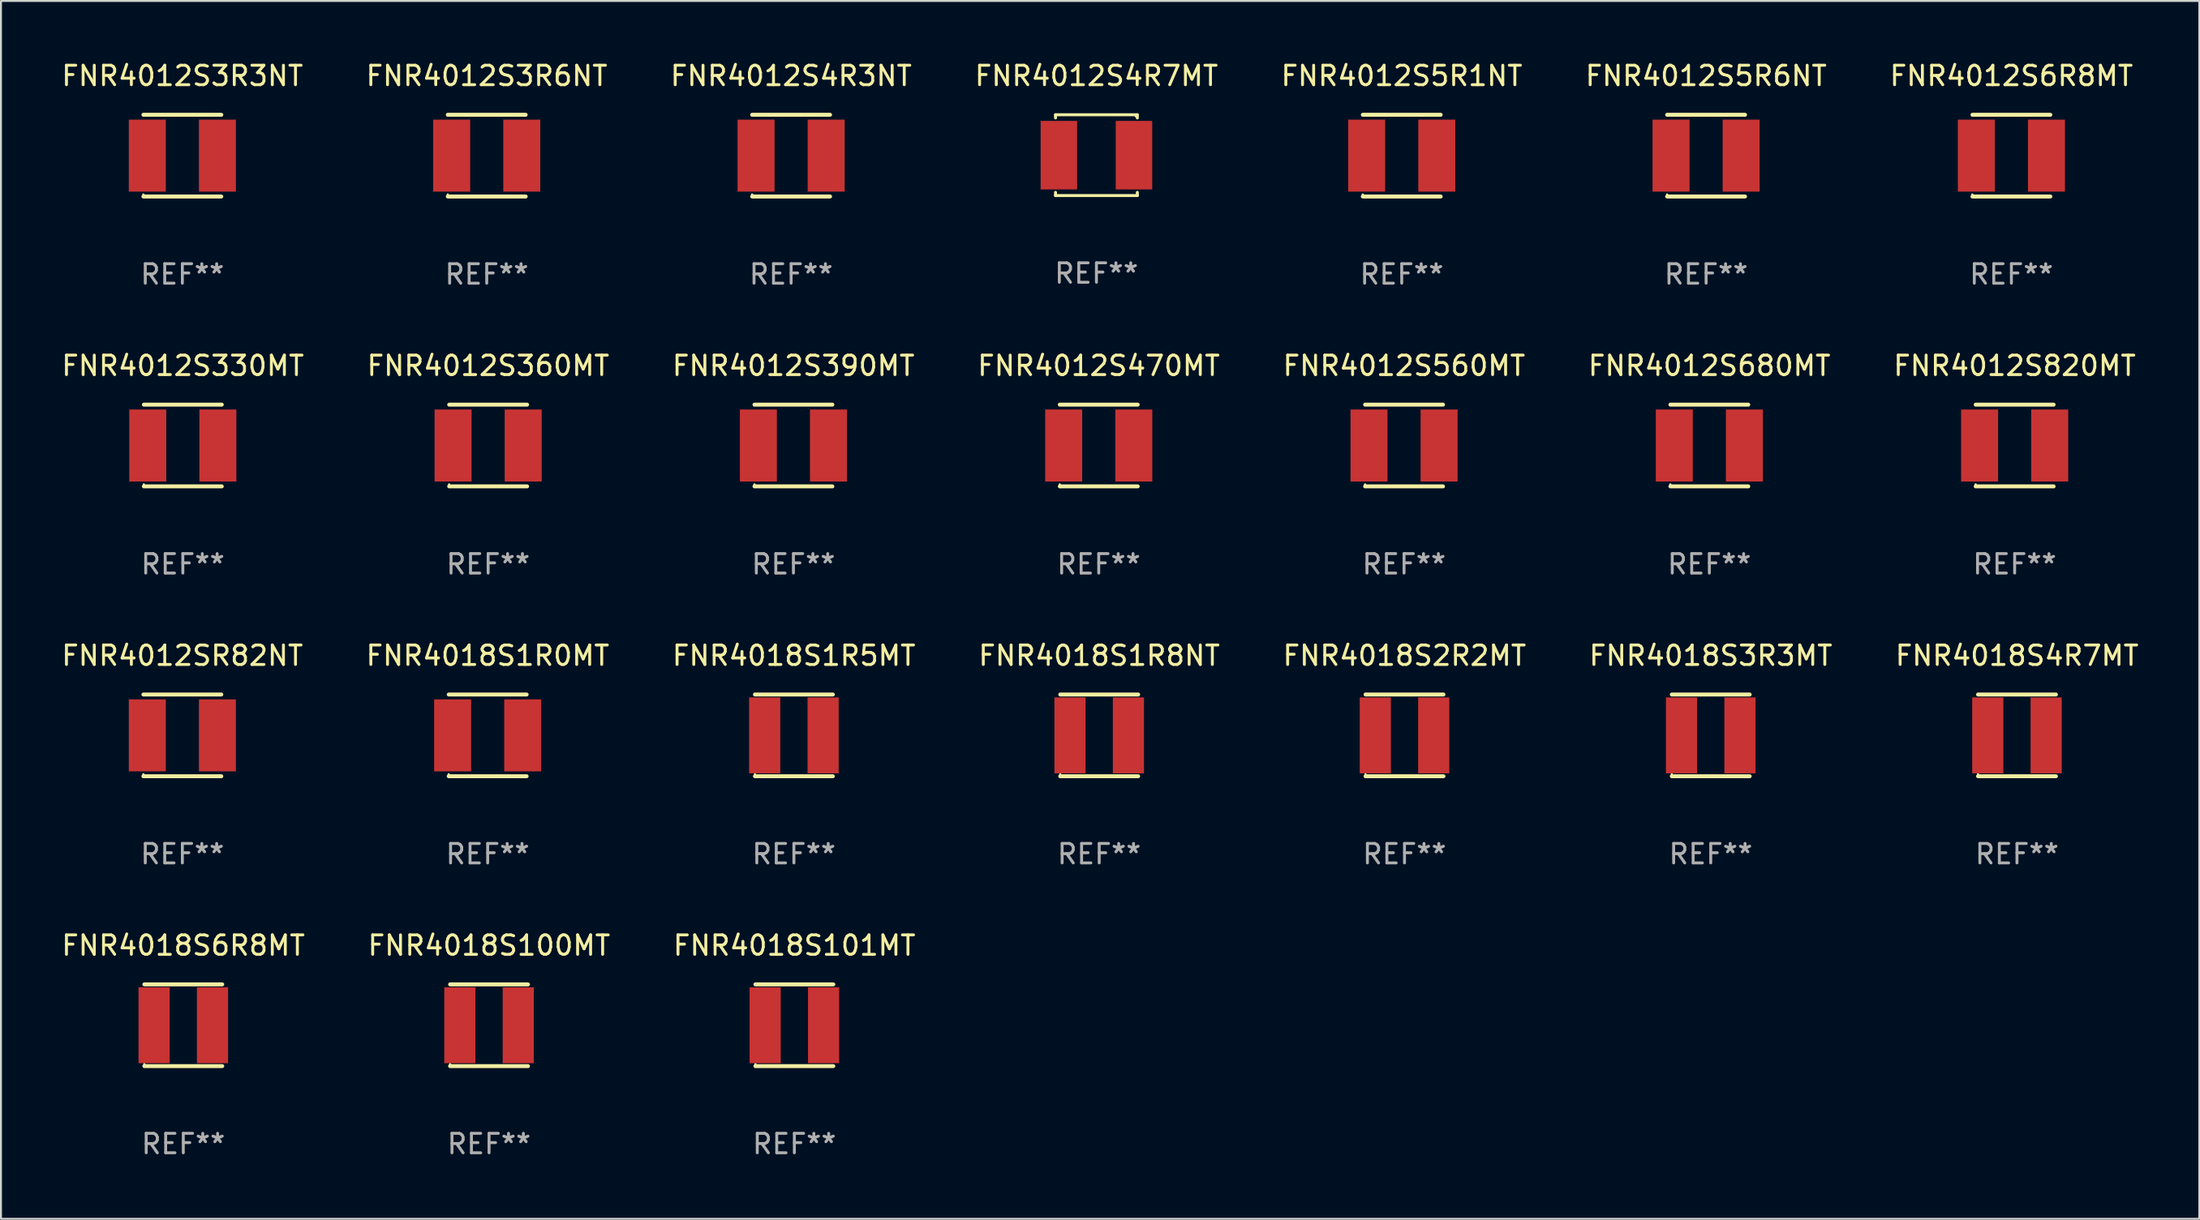
<source format=kicad_pcb>
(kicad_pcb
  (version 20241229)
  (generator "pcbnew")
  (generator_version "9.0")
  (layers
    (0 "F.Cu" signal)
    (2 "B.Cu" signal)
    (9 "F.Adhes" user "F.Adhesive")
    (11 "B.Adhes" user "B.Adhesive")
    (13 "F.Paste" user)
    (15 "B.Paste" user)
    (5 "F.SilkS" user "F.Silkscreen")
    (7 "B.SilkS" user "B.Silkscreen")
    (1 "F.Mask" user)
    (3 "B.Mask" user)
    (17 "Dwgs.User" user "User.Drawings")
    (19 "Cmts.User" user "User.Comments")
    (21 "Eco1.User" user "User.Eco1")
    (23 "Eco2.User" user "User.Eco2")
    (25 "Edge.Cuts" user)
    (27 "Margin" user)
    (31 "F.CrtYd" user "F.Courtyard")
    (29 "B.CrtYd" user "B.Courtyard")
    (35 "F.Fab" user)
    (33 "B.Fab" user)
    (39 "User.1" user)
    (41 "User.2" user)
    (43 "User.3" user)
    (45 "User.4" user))
  (footprint "FNR4012S4R7MT"
    (layer "F.Cu")
    (at 53.256 4.924)
    (property "Reference" "FNR4012S4R7MT" (at 0 -4.076 0) (layer "F.SilkS") (effects (font (size 1 1) (thickness 0.15))))
    (attr through_hole)
    (fp_line (start -2.101 -2.076) (end 2.101 -2.076) (stroke (width 0.152) (type solid)) (layer "F.SilkS"))
    (fp_line (start -2.101 -1.912) (end -2.101 -2.076) (stroke (width 0.152) (type solid)) (layer "F.SilkS"))
    (fp_line (start -2.101 1.912) (end -2.101 2.076) (stroke (width 0.152) (type solid)) (layer "F.SilkS"))
    (fp_line (start -2.101 2.076) (end 2.101 2.076) (stroke (width 0.152) (type solid)) (layer "F.SilkS"))
    (fp_line (start 2.101 -2.076) (end 2.101 -1.912) (stroke (width 0.152) (type solid)) (layer "F.SilkS"))
    (fp_line (start 2.101 2.076) (end 2.101 1.912) (stroke (width 0.152) (type solid)) (layer "F.SilkS"))
    (fp_circle (center 2.025 -2) (end 2.055 -2) (stroke (width 0.06) (type solid)) (fill no) (layer "F.SilkS"))
    (fp_text user "REF**" (at 0 6.076 0) (layer "F.Fab") (effects (font (size 1 1) (thickness 0.15))))
    (pad "1" smd rect (at 1.928 0) (size 1.874 3.52) (layers "F.Cu" "F.Mask" "F.Paste"))
    (pad "2" smd rect (at -1.928 0) (size 1.874 3.52) (layers "F.Cu" "F.Mask" "F.Paste")))
  (footprint "FNR4018S100MT"
    (layer "F.Cu")
    (at 22.065 49.638)
    (property "Reference" "FNR4018S100MT" (at 0 -4.1 0) (layer "F.SilkS") (effects (font (size 1 1) (thickness 0.15))))
    (attr through_hole)
    (fp_line (start -2 -2.1) (end 2 -2.1) (stroke (width 0.203) (type solid)) (layer "F.SilkS"))
    (fp_line (start -2 2.1) (end 2 2.1) (stroke (width 0.203) (type solid)) (layer "F.SilkS"))
    (fp_circle (center -2 2.003) (end -1.97 2.003) (stroke (width 0.06) (type solid)) (fill no) (layer "F.SilkS"))
    (fp_text user "REF**" (at 0 6.1 0) (layer "F.Fab") (effects (font (size 1 1) (thickness 0.15))))
    (pad "1" smd rect (at -1.5 0) (size 1.6 3.9) (layers "F.Cu" "F.Mask" "F.Paste"))
    (pad "2" smd rect (at 1.5 0) (size 1.6 3.9) (layers "F.Cu" "F.Mask" "F.Paste")))
  (footprint "FNR4012S5R1NT"
    (layer "F.Cu")
    (at 68.935 4.948)
    (property "Reference" "FNR4012S5R1NT" (at 0 -4.1 0) (layer "F.SilkS") (effects (font (size 1 1) (thickness 0.15))))
    (attr through_hole)
    (fp_line (start -2 -2.1) (end 2 -2.1) (stroke (width 0.203) (type solid)) (layer "F.SilkS"))
    (fp_line (start -2 2.1) (end 2 2.1) (stroke (width 0.203) (type solid)) (layer "F.SilkS"))
    (fp_circle (center -2.002 2) (end -1.972 2) (stroke (width 0.06) (type solid)) (fill no) (layer "F.SilkS"))
    (fp_text user "REF**" (at 0 6.1 0) (layer "F.Fab") (effects (font (size 1 1) (thickness 0.15))))
    (pad "1" smd rect (at -1.8 0) (size 1.9 3.7) (layers "F.Cu" "F.Mask" "F.Paste"))
    (pad "2" smd rect (at 1.8 0) (size 1.9 3.7) (layers "F.Cu" "F.Mask" "F.Paste")))
  (footprint "FNR4012S330MT"
    (layer "F.Cu")
    (at 6.339 19.845)
    (property "Reference" "FNR4012S330MT" (at 0 -4.1 0) (layer "F.SilkS") (effects (font (size 1 1) (thickness 0.15))))
    (attr through_hole)
    (fp_line (start -2 -2.1) (end 2 -2.1) (stroke (width 0.203) (type solid)) (layer "F.SilkS"))
    (fp_line (start -2 2.1) (end 2 2.1) (stroke (width 0.203) (type solid)) (layer "F.SilkS"))
    (fp_circle (center -2.002 2) (end -1.972 2) (stroke (width 0.06) (type solid)) (fill no) (layer "F.SilkS"))
    (fp_text user "REF**" (at 0 6.1 0) (layer "F.Fab") (effects (font (size 1 1) (thickness 0.15))))
    (pad "1" smd rect (at -1.8 0) (size 1.9 3.7) (layers "F.Cu" "F.Mask" "F.Paste"))
    (pad "2" smd rect (at 1.8 0) (size 1.9 3.7) (layers "F.Cu" "F.Mask" "F.Paste")))
  (footprint "FNR4012SR82NT"
    (layer "F.Cu")
    (at 6.315 34.741)
    (property "Reference" "FNR4012SR82NT" (at 0 -4.1 0) (layer "F.SilkS") (effects (font (size 1 1) (thickness 0.15))))
    (attr through_hole)
    (fp_line (start -2 -2.1) (end 2 -2.1) (stroke (width 0.203) (type solid)) (layer "F.SilkS"))
    (fp_line (start -2 2.1) (end 2 2.1) (stroke (width 0.203) (type solid)) (layer "F.SilkS"))
    (fp_circle (center -2.002 2) (end -1.972 2) (stroke (width 0.06) (type solid)) (fill no) (layer "F.SilkS"))
    (fp_text user "REF**" (at 0 6.1 0) (layer "F.Fab") (effects (font (size 1 1) (thickness 0.15))))
    (pad "1" smd rect (at -1.8 0) (size 1.9 3.7) (layers "F.Cu" "F.Mask" "F.Paste"))
    (pad "2" smd rect (at 1.8 0) (size 1.9 3.7) (layers "F.Cu" "F.Mask" "F.Paste")))
  (footprint "FNR4012S470MT"
    (layer "F.Cu")
    (at 53.375 19.845)
    (property "Reference" "FNR4012S470MT" (at 0 -4.1 0) (layer "F.SilkS") (effects (font (size 1 1) (thickness 0.15))))
    (attr through_hole)
    (fp_line (start -2 -2.1) (end 2 -2.1) (stroke (width 0.203) (type solid)) (layer "F.SilkS"))
    (fp_line (start -2 2.1) (end 2 2.1) (stroke (width 0.203) (type solid)) (layer "F.SilkS"))
    (fp_circle (center -2.002 2) (end -1.972 2) (stroke (width 0.06) (type solid)) (fill no) (layer "F.SilkS"))
    (fp_text user "REF**" (at 0 6.1 0) (layer "F.Fab") (effects (font (size 1 1) (thickness 0.15))))
    (pad "1" smd rect (at -1.8 0) (size 1.9 3.7) (layers "F.Cu" "F.Mask" "F.Paste"))
    (pad "2" smd rect (at 1.8 0) (size 1.9 3.7) (layers "F.Cu" "F.Mask" "F.Paste")))
  (footprint "FNR4018S1R5MT"
    (layer "F.Cu")
    (at 37.72 34.741)
    (property "Reference" "FNR4018S1R5MT" (at 0 -4.1 0) (layer "F.SilkS") (effects (font (size 1 1) (thickness 0.15))))
    (attr through_hole)
    (fp_line (start -2 -2.1) (end 2 -2.1) (stroke (width 0.203) (type solid)) (layer "F.SilkS"))
    (fp_line (start -2 2.1) (end 2 2.1) (stroke (width 0.203) (type solid)) (layer "F.SilkS"))
    (fp_circle (center -2 2.003) (end -1.97 2.003) (stroke (width 0.06) (type solid)) (fill no) (layer "F.SilkS"))
    (fp_text user "REF**" (at 0 6.1 0) (layer "F.Fab") (effects (font (size 1 1) (thickness 0.15))))
    (pad "1" smd rect (at -1.5 0) (size 1.6 3.9) (layers "F.Cu" "F.Mask" "F.Paste"))
    (pad "2" smd rect (at 1.5 0) (size 1.6 3.9) (layers "F.Cu" "F.Mask" "F.Paste")))
  (footprint "FNR4018S1R8NT"
    (layer "F.Cu")
    (at 53.399 34.741)
    (property "Reference" "FNR4018S1R8NT" (at 0 -4.1 0) (layer "F.SilkS") (effects (font (size 1 1) (thickness 0.15))))
    (attr through_hole)
    (fp_line (start -2 -2.1) (end 2 -2.1) (stroke (width 0.203) (type solid)) (layer "F.SilkS"))
    (fp_line (start -2 2.1) (end 2 2.1) (stroke (width 0.203) (type solid)) (layer "F.SilkS"))
    (fp_circle (center -2 2.003) (end -1.97 2.003) (stroke (width 0.06) (type solid)) (fill no) (layer "F.SilkS"))
    (fp_text user "REF**" (at 0 6.1 0) (layer "F.Fab") (effects (font (size 1 1) (thickness 0.15))))
    (pad "1" smd rect (at -1.5 0) (size 1.6 3.9) (layers "F.Cu" "F.Mask" "F.Paste"))
    (pad "2" smd rect (at 1.5 0) (size 1.6 3.9) (layers "F.Cu" "F.Mask" "F.Paste")))
  (footprint "FNR4012S560MT"
    (layer "F.Cu")
    (at 69.054 19.845)
    (property "Reference" "FNR4012S560MT" (at 0 -4.1 0) (layer "F.SilkS") (effects (font (size 1 1) (thickness 0.15))))
    (attr through_hole)
    (fp_line (start -2 -2.1) (end 2 -2.1) (stroke (width 0.203) (type solid)) (layer "F.SilkS"))
    (fp_line (start -2 2.1) (end 2 2.1) (stroke (width 0.203) (type solid)) (layer "F.SilkS"))
    (fp_circle (center -2.002 2) (end -1.972 2) (stroke (width 0.06) (type solid)) (fill no) (layer "F.SilkS"))
    (fp_text user "REF**" (at 0 6.1 0) (layer "F.Fab") (effects (font (size 1 1) (thickness 0.15))))
    (pad "1" smd rect (at -1.8 0) (size 1.9 3.7) (layers "F.Cu" "F.Mask" "F.Paste"))
    (pad "2" smd rect (at 1.8 0) (size 1.9 3.7) (layers "F.Cu" "F.Mask" "F.Paste")))
  (footprint "FNR4012S6R8MT"
    (layer "F.Cu")
    (at 100.244 4.948)
    (property "Reference" "FNR4012S6R8MT" (at 0 -4.1 0) (layer "F.SilkS") (effects (font (size 1 1) (thickness 0.15))))
    (attr through_hole)
    (fp_line (start -2 -2.1) (end 2 -2.1) (stroke (width 0.203) (type solid)) (layer "F.SilkS"))
    (fp_line (start -2 2.1) (end 2 2.1) (stroke (width 0.203) (type solid)) (layer "F.SilkS"))
    (fp_circle (center -2.002 2) (end -1.972 2) (stroke (width 0.06) (type solid)) (fill no) (layer "F.SilkS"))
    (fp_text user "REF**" (at 0 6.1 0) (layer "F.Fab") (effects (font (size 1 1) (thickness 0.15))))
    (pad "1" smd rect (at -1.8 0) (size 1.9 3.7) (layers "F.Cu" "F.Mask" "F.Paste"))
    (pad "2" smd rect (at 1.8 0) (size 1.9 3.7) (layers "F.Cu" "F.Mask" "F.Paste")))
  (footprint "FNR4012S360MT"
    (layer "F.Cu")
    (at 22.018 19.845)
    (property "Reference" "FNR4012S360MT" (at 0 -4.1 0) (layer "F.SilkS") (effects (font (size 1 1) (thickness 0.15))))
    (attr through_hole)
    (fp_line (start -2 -2.1) (end 2 -2.1) (stroke (width 0.203) (type solid)) (layer "F.SilkS"))
    (fp_line (start -2 2.1) (end 2 2.1) (stroke (width 0.203) (type solid)) (layer "F.SilkS"))
    (fp_circle (center -2.002 2) (end -1.972 2) (stroke (width 0.06) (type solid)) (fill no) (layer "F.SilkS"))
    (fp_text user "REF**" (at 0 6.1 0) (layer "F.Fab") (effects (font (size 1 1) (thickness 0.15))))
    (pad "1" smd rect (at -1.8 0) (size 1.9 3.7) (layers "F.Cu" "F.Mask" "F.Paste"))
    (pad "2" smd rect (at 1.8 0) (size 1.9 3.7) (layers "F.Cu" "F.Mask" "F.Paste")))
  (footprint "FNR4012S680MT"
    (layer "F.Cu")
    (at 84.732 19.845)
    (property "Reference" "FNR4012S680MT" (at 0 -4.1 0) (layer "F.SilkS") (effects (font (size 1 1) (thickness 0.15))))
    (attr through_hole)
    (fp_line (start -2 -2.1) (end 2 -2.1) (stroke (width 0.203) (type solid)) (layer "F.SilkS"))
    (fp_line (start -2 2.1) (end 2 2.1) (stroke (width 0.203) (type solid)) (layer "F.SilkS"))
    (fp_circle (center -2.002 2) (end -1.972 2) (stroke (width 0.06) (type solid)) (fill no) (layer "F.SilkS"))
    (fp_text user "REF**" (at 0 6.1 0) (layer "F.Fab") (effects (font (size 1 1) (thickness 0.15))))
    (pad "1" smd rect (at -1.8 0) (size 1.9 3.7) (layers "F.Cu" "F.Mask" "F.Paste"))
    (pad "2" smd rect (at 1.8 0) (size 1.9 3.7) (layers "F.Cu" "F.Mask" "F.Paste")))
  (footprint "FNR4018S1R0MT"
    (layer "F.Cu")
    (at 21.994 34.741)
    (property "Reference" "FNR4018S1R0MT" (at 0 -4.1 0) (layer "F.SilkS") (effects (font (size 1 1) (thickness 0.15))))
    (attr through_hole)
    (fp_line (start -2 -2.1) (end 2 -2.1) (stroke (width 0.203) (type solid)) (layer "F.SilkS"))
    (fp_line (start -2 2.1) (end 2 2.1) (stroke (width 0.203) (type solid)) (layer "F.SilkS"))
    (fp_circle (center -2.002 2) (end -1.972 2) (stroke (width 0.06) (type solid)) (fill no) (layer "F.SilkS"))
    (fp_text user "REF**" (at 0 6.1 0) (layer "F.Fab") (effects (font (size 1 1) (thickness 0.15))))
    (pad "1" smd rect (at -1.8 0) (size 1.9 3.7) (layers "F.Cu" "F.Mask" "F.Paste"))
    (pad "2" smd rect (at 1.8 0) (size 1.9 3.7) (layers "F.Cu" "F.Mask" "F.Paste")))
  (footprint "FNR4018S4R7MT"
    (layer "F.Cu")
    (at 100.53 34.741)
    (property "Reference" "FNR4018S4R7MT" (at 0 -4.1 0) (layer "F.SilkS") (effects (font (size 1 1) (thickness 0.15))))
    (attr through_hole)
    (fp_line (start -2 -2.1) (end 2 -2.1) (stroke (width 0.203) (type solid)) (layer "F.SilkS"))
    (fp_line (start -2 2.1) (end 2 2.1) (stroke (width 0.203) (type solid)) (layer "F.SilkS"))
    (fp_circle (center -2 2.003) (end -1.97 2.003) (stroke (width 0.06) (type solid)) (fill no) (layer "F.SilkS"))
    (fp_text user "REF**" (at 0 6.1 0) (layer "F.Fab") (effects (font (size 1 1) (thickness 0.15))))
    (pad "1" smd rect (at -1.5 0) (size 1.6 3.9) (layers "F.Cu" "F.Mask" "F.Paste"))
    (pad "2" smd rect (at 1.5 0) (size 1.6 3.9) (layers "F.Cu" "F.Mask" "F.Paste")))
  (footprint "FNR4012S4R3NT"
    (layer "F.Cu")
    (at 37.577 4.948)
    (property "Reference" "FNR4012S4R3NT" (at 0 -4.1 0) (layer "F.SilkS") (effects (font (size 1 1) (thickness 0.15))))
    (attr through_hole)
    (fp_line (start -2 -2.1) (end 2 -2.1) (stroke (width 0.203) (type solid)) (layer "F.SilkS"))
    (fp_line (start -2 2.1) (end 2 2.1) (stroke (width 0.203) (type solid)) (layer "F.SilkS"))
    (fp_circle (center -2.002 2) (end -1.972 2) (stroke (width 0.06) (type solid)) (fill no) (layer "F.SilkS"))
    (fp_text user "REF**" (at 0 6.1 0) (layer "F.Fab") (effects (font (size 1 1) (thickness 0.15))))
    (pad "1" smd rect (at -1.8 0) (size 1.9 3.7) (layers "F.Cu" "F.Mask" "F.Paste"))
    (pad "2" smd rect (at 1.8 0) (size 1.9 3.7) (layers "F.Cu" "F.Mask" "F.Paste")))
  (footprint "FNR4018S3R3MT"
    (layer "F.Cu")
    (at 84.804 34.741)
    (property "Reference" "FNR4018S3R3MT" (at 0 -4.1 0) (layer "F.SilkS") (effects (font (size 1 1) (thickness 0.15))))
    (attr through_hole)
    (fp_line (start -2 -2.1) (end 2 -2.1) (stroke (width 0.203) (type solid)) (layer "F.SilkS"))
    (fp_line (start -2 2.1) (end 2 2.1) (stroke (width 0.203) (type solid)) (layer "F.SilkS"))
    (fp_circle (center -2 2.003) (end -1.97 2.003) (stroke (width 0.06) (type solid)) (fill no) (layer "F.SilkS"))
    (fp_text user "REF**" (at 0 6.1 0) (layer "F.Fab") (effects (font (size 1 1) (thickness 0.15))))
    (pad "1" smd rect (at -1.5 0) (size 1.6 3.9) (layers "F.Cu" "F.Mask" "F.Paste"))
    (pad "2" smd rect (at 1.5 0) (size 1.6 3.9) (layers "F.Cu" "F.Mask" "F.Paste")))
  (footprint "FNR4012S820MT"
    (layer "F.Cu")
    (at 100.411 19.845)
    (property "Reference" "FNR4012S820MT" (at 0 -4.1 0) (layer "F.SilkS") (effects (font (size 1 1) (thickness 0.15))))
    (attr through_hole)
    (fp_line (start -2 -2.1) (end 2 -2.1) (stroke (width 0.203) (type solid)) (layer "F.SilkS"))
    (fp_line (start -2 2.1) (end 2 2.1) (stroke (width 0.203) (type solid)) (layer "F.SilkS"))
    (fp_circle (center -2.002 2) (end -1.972 2) (stroke (width 0.06) (type solid)) (fill no) (layer "F.SilkS"))
    (fp_text user "REF**" (at 0 6.1 0) (layer "F.Fab") (effects (font (size 1 1) (thickness 0.15))))
    (pad "1" smd rect (at -1.8 0) (size 1.9 3.7) (layers "F.Cu" "F.Mask" "F.Paste"))
    (pad "2" smd rect (at 1.8 0) (size 1.9 3.7) (layers "F.Cu" "F.Mask" "F.Paste")))
  (footprint "FNR4018S6R8MT"
    (layer "F.Cu")
    (at 6.363 49.638)
    (property "Reference" "FNR4018S6R8MT" (at 0 -4.1 0) (layer "F.SilkS") (effects (font (size 1 1) (thickness 0.15))))
    (attr through_hole)
    (fp_line (start -2 -2.1) (end 2 -2.1) (stroke (width 0.203) (type solid)) (layer "F.SilkS"))
    (fp_line (start -2 2.1) (end 2 2.1) (stroke (width 0.203) (type solid)) (layer "F.SilkS"))
    (fp_circle (center -2 2.003) (end -1.97 2.003) (stroke (width 0.06) (type solid)) (fill no) (layer "F.SilkS"))
    (fp_text user "REF**" (at 0 6.1 0) (layer "F.Fab") (effects (font (size 1 1) (thickness 0.15))))
    (pad "1" smd rect (at -1.5 0) (size 1.6 3.9) (layers "F.Cu" "F.Mask" "F.Paste"))
    (pad "2" smd rect (at 1.5 0) (size 1.6 3.9) (layers "F.Cu" "F.Mask" "F.Paste")))
  (footprint "FNR4012S3R6NT"
    (layer "F.Cu")
    (at 21.946 4.948)
    (property "Reference" "FNR4012S3R6NT" (at 0 -4.1 0) (layer "F.SilkS") (effects (font (size 1 1) (thickness 0.15))))
    (attr through_hole)
    (fp_line (start -2 -2.1) (end 2 -2.1) (stroke (width 0.203) (type solid)) (layer "F.SilkS"))
    (fp_line (start -2 2.1) (end 2 2.1) (stroke (width 0.203) (type solid)) (layer "F.SilkS"))
    (fp_circle (center -2.002 2) (end -1.972 2) (stroke (width 0.06) (type solid)) (fill no) (layer "F.SilkS"))
    (fp_text user "REF**" (at 0 6.1 0) (layer "F.Fab") (effects (font (size 1 1) (thickness 0.15))))
    (pad "1" smd rect (at -1.8 0) (size 1.9 3.7) (layers "F.Cu" "F.Mask" "F.Paste"))
    (pad "2" smd rect (at 1.8 0) (size 1.9 3.7) (layers "F.Cu" "F.Mask" "F.Paste")))
  (footprint "FNR4018S2R2MT"
    (layer "F.Cu")
    (at 69.077 34.741)
    (property "Reference" "FNR4018S2R2MT" (at 0 -4.1 0) (layer "F.SilkS") (effects (font (size 1 1) (thickness 0.15))))
    (attr through_hole)
    (fp_line (start -2 -2.1) (end 2 -2.1) (stroke (width 0.203) (type solid)) (layer "F.SilkS"))
    (fp_line (start -2 2.1) (end 2 2.1) (stroke (width 0.203) (type solid)) (layer "F.SilkS"))
    (fp_circle (center -2 2.003) (end -1.97 2.003) (stroke (width 0.06) (type solid)) (fill no) (layer "F.SilkS"))
    (fp_text user "REF**" (at 0 6.1 0) (layer "F.Fab") (effects (font (size 1 1) (thickness 0.15))))
    (pad "1" smd rect (at -1.5 0) (size 1.6 3.9) (layers "F.Cu" "F.Mask" "F.Paste"))
    (pad "2" smd rect (at 1.5 0) (size 1.6 3.9) (layers "F.Cu" "F.Mask" "F.Paste")))
  (footprint "FNR4012S3R3NT"
    (layer "F.Cu")
    (at 6.315 4.948)
    (property "Reference" "FNR4012S3R3NT" (at 0 -4.1 0) (layer "F.SilkS") (effects (font (size 1 1) (thickness 0.15))))
    (attr through_hole)
    (fp_line (start -2 -2.1) (end 2 -2.1) (stroke (width 0.203) (type solid)) (layer "F.SilkS"))
    (fp_line (start -2 2.1) (end 2 2.1) (stroke (width 0.203) (type solid)) (layer "F.SilkS"))
    (fp_circle (center -2.002 2) (end -1.972 2) (stroke (width 0.06) (type solid)) (fill no) (layer "F.SilkS"))
    (fp_text user "REF**" (at 0 6.1 0) (layer "F.Fab") (effects (font (size 1 1) (thickness 0.15))))
    (pad "1" smd rect (at -1.8 0) (size 1.9 3.7) (layers "F.Cu" "F.Mask" "F.Paste"))
    (pad "2" smd rect (at 1.8 0) (size 1.9 3.7) (layers "F.Cu" "F.Mask" "F.Paste")))
  (footprint "FNR4018S101MT"
    (layer "F.Cu")
    (at 37.744 49.638)
    (property "Reference" "FNR4018S101MT" (at 0 -4.1 0) (layer "F.SilkS") (effects (font (size 1 1) (thickness 0.15))))
    (attr through_hole)
    (fp_line (start -2 -2.1) (end 2 -2.1) (stroke (width 0.203) (type solid)) (layer "F.SilkS"))
    (fp_line (start -2 2.1) (end 2 2.1) (stroke (width 0.203) (type solid)) (layer "F.SilkS"))
    (fp_circle (center -2 2.003) (end -1.97 2.003) (stroke (width 0.06) (type solid)) (fill no) (layer "F.SilkS"))
    (fp_text user "REF**" (at 0 6.1 0) (layer "F.Fab") (effects (font (size 1 1) (thickness 0.15))))
    (pad "1" smd rect (at -1.5 0) (size 1.6 3.9) (layers "F.Cu" "F.Mask" "F.Paste"))
    (pad "2" smd rect (at 1.5 0) (size 1.6 3.9) (layers "F.Cu" "F.Mask" "F.Paste")))
  (footprint "FNR4012S5R6NT"
    (layer "F.Cu")
    (at 84.565 4.948)
    (property "Reference" "FNR4012S5R6NT" (at 0 -4.1 0) (layer "F.SilkS") (effects (font (size 1 1) (thickness 0.15))))
    (attr through_hole)
    (fp_line (start -2 -2.1) (end 2 -2.1) (stroke (width 0.203) (type solid)) (layer "F.SilkS"))
    (fp_line (start -2 2.1) (end 2 2.1) (stroke (width 0.203) (type solid)) (layer "F.SilkS"))
    (fp_circle (center -2.002 2) (end -1.972 2) (stroke (width 0.06) (type solid)) (fill no) (layer "F.SilkS"))
    (fp_text user "REF**" (at 0 6.1 0) (layer "F.Fab") (effects (font (size 1 1) (thickness 0.15))))
    (pad "1" smd rect (at -1.8 0) (size 1.9 3.7) (layers "F.Cu" "F.Mask" "F.Paste"))
    (pad "2" smd rect (at 1.8 0) (size 1.9 3.7) (layers "F.Cu" "F.Mask" "F.Paste")))
  (footprint "FNR4012S390MT"
    (layer "F.Cu")
    (at 37.696 19.845)
    (property "Reference" "FNR4012S390MT" (at 0 -4.1 0) (layer "F.SilkS") (effects (font (size 1 1) (thickness 0.15))))
    (attr through_hole)
    (fp_line (start -2 -2.1) (end 2 -2.1) (stroke (width 0.203) (type solid)) (layer "F.SilkS"))
    (fp_line (start -2 2.1) (end 2 2.1) (stroke (width 0.203) (type solid)) (layer "F.SilkS"))
    (fp_circle (center -2.002 2) (end -1.972 2) (stroke (width 0.06) (type solid)) (fill no) (layer "F.SilkS"))
    (fp_text user "REF**" (at 0 6.1 0) (layer "F.Fab") (effects (font (size 1 1) (thickness 0.15))))
    (pad "1" smd rect (at -1.8 0) (size 1.9 3.7) (layers "F.Cu" "F.Mask" "F.Paste"))
    (pad "2" smd rect (at 1.8 0) (size 1.9 3.7) (layers "F.Cu" "F.Mask" "F.Paste")))
  (gr_rect
    (start -3 -3)
    (end 109.893 59.586)
    (stroke (width 0.1) (type default))
    (fill no)
    (layer "Edge.Cuts")))
</source>
